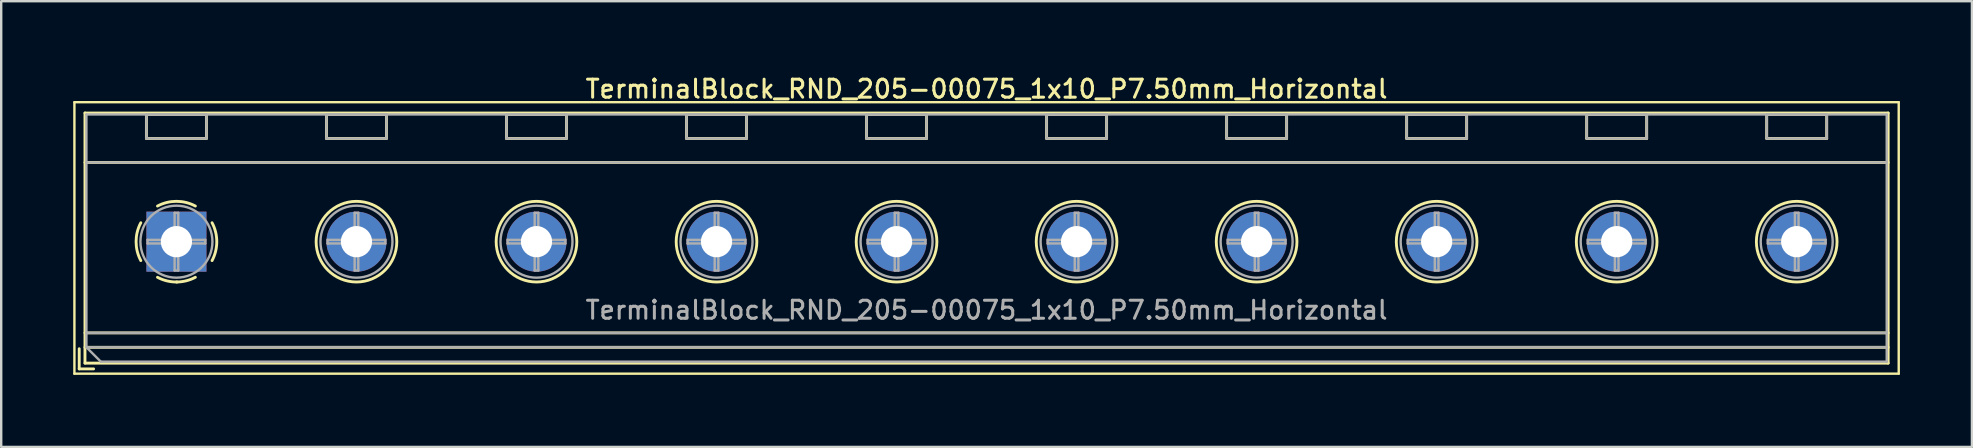
<source format=kicad_pcb>
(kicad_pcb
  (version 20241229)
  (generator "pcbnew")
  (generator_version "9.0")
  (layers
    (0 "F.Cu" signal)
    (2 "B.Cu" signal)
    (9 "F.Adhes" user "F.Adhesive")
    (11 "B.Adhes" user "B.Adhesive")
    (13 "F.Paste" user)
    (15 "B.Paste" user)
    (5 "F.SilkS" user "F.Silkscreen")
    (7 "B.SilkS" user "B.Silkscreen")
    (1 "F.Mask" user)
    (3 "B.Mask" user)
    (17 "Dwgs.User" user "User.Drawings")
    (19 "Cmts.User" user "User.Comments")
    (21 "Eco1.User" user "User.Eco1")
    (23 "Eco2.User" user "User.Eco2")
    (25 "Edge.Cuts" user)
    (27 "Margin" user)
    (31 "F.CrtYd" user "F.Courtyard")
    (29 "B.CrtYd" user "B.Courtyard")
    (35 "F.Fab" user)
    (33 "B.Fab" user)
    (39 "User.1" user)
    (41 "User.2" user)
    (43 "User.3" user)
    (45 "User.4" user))
  (footprint "TerminalBlock_RND_205-00075_1x10_P7.50mm_Horizontal"
    (layer "F.Cu")
    (at 4.3 7.018)
    (property "Reference" "TerminalBlock_RND_205-00075_1x10_P7.50mm_Horizontal" (at 33.75 -6.36 0) (layer "F.SilkS") (effects (font (size 0.75 0.75) (thickness 0.125))))
    (attr through_hole)
    (fp_line (start -4.25 -5.81) (end -4.25 5.5) (stroke (width 0.1) (type solid)) (layer "F.SilkS"))
    (fp_line (start -4.25 5.5) (end 71.75 5.5) (stroke (width 0.1) (type solid)) (layer "F.SilkS"))
    (fp_line (start -4.05 4.46) (end -4.05 5.3) (stroke (width 0.12) (type solid)) (layer "F.SilkS"))
    (fp_line (start -4.05 5.3) (end -3.45 5.3) (stroke (width 0.12) (type solid)) (layer "F.SilkS"))
    (fp_line (start -3.81 -5.36) (end -3.81 5.06) (stroke (width 0.12) (type solid)) (layer "F.SilkS"))
    (fp_line (start -3.81 -5.36) (end 71.31 -5.36) (stroke (width 0.12) (type solid)) (layer "F.SilkS"))
    (fp_line (start -3.81 -3.301) (end 71.31 -3.301) (stroke (width 0.12) (type solid)) (layer "F.SilkS"))
    (fp_line (start -3.81 3.8) (end 71.31 3.8) (stroke (width 0.12) (type solid)) (layer "F.SilkS"))
    (fp_line (start -3.81 4.4) (end 71.31 4.4) (stroke (width 0.12) (type solid)) (layer "F.SilkS"))
    (fp_line (start -3.81 5.06) (end 71.31 5.06) (stroke (width 0.12) (type solid)) (layer "F.SilkS"))
    (fp_line (start -1.25 -5.301) (end -1.25 -4.301) (stroke (width 0.12) (type solid)) (layer "F.SilkS"))
    (fp_line (start -1.25 -5.301) (end 1.25 -5.301) (stroke (width 0.12) (type solid)) (layer "F.SilkS"))
    (fp_line (start -1.25 -4.301) (end 1.25 -4.301) (stroke (width 0.12) (type solid)) (layer "F.SilkS"))
    (fp_line (start 1.25 -5.301) (end 1.25 -4.301) (stroke (width 0.12) (type solid)) (layer "F.SilkS"))
    (fp_line (start 6.25 -5.301) (end 6.25 -4.301) (stroke (width 0.12) (type solid)) (layer "F.SilkS"))
    (fp_line (start 6.25 -5.301) (end 8.75 -5.301) (stroke (width 0.12) (type solid)) (layer "F.SilkS"))
    (fp_line (start 6.25 -4.301) (end 8.75 -4.301) (stroke (width 0.12) (type solid)) (layer "F.SilkS"))
    (fp_line (start 8.75 -5.301) (end 8.75 -4.301) (stroke (width 0.12) (type solid)) (layer "F.SilkS"))
    (fp_line (start 13.75 -5.301) (end 13.75 -4.301) (stroke (width 0.12) (type solid)) (layer "F.SilkS"))
    (fp_line (start 13.75 -5.301) (end 16.25 -5.301) (stroke (width 0.12) (type solid)) (layer "F.SilkS"))
    (fp_line (start 13.75 -4.301) (end 16.25 -4.301) (stroke (width 0.12) (type solid)) (layer "F.SilkS"))
    (fp_line (start 16.25 -5.301) (end 16.25 -4.301) (stroke (width 0.12) (type solid)) (layer "F.SilkS"))
    (fp_line (start 21.25 -5.301) (end 21.25 -4.301) (stroke (width 0.12) (type solid)) (layer "F.SilkS"))
    (fp_line (start 21.25 -5.301) (end 23.75 -5.301) (stroke (width 0.12) (type solid)) (layer "F.SilkS"))
    (fp_line (start 21.25 -4.301) (end 23.75 -4.301) (stroke (width 0.12) (type solid)) (layer "F.SilkS"))
    (fp_line (start 23.75 -5.301) (end 23.75 -4.301) (stroke (width 0.12) (type solid)) (layer "F.SilkS"))
    (fp_line (start 28.75 -5.301) (end 28.75 -4.301) (stroke (width 0.12) (type solid)) (layer "F.SilkS"))
    (fp_line (start 28.75 -5.301) (end 31.25 -5.301) (stroke (width 0.12) (type solid)) (layer "F.SilkS"))
    (fp_line (start 28.75 -4.301) (end 31.25 -4.301) (stroke (width 0.12) (type solid)) (layer "F.SilkS"))
    (fp_line (start 31.25 -5.301) (end 31.25 -4.301) (stroke (width 0.12) (type solid)) (layer "F.SilkS"))
    (fp_line (start 36.25 -5.301) (end 36.25 -4.301) (stroke (width 0.12) (type solid)) (layer "F.SilkS"))
    (fp_line (start 36.25 -5.301) (end 38.75 -5.301) (stroke (width 0.12) (type solid)) (layer "F.SilkS"))
    (fp_line (start 36.25 -4.301) (end 38.75 -4.301) (stroke (width 0.12) (type solid)) (layer "F.SilkS"))
    (fp_line (start 38.75 -5.301) (end 38.75 -4.301) (stroke (width 0.12) (type solid)) (layer "F.SilkS"))
    (fp_line (start 43.75 -5.301) (end 43.75 -4.301) (stroke (width 0.12) (type solid)) (layer "F.SilkS"))
    (fp_line (start 43.75 -5.301) (end 46.25 -5.301) (stroke (width 0.12) (type solid)) (layer "F.SilkS"))
    (fp_line (start 43.75 -4.301) (end 46.25 -4.301) (stroke (width 0.12) (type solid)) (layer "F.SilkS"))
    (fp_line (start 46.25 -5.301) (end 46.25 -4.301) (stroke (width 0.12) (type solid)) (layer "F.SilkS"))
    (fp_line (start 51.25 -5.301) (end 51.25 -4.301) (stroke (width 0.12) (type solid)) (layer "F.SilkS"))
    (fp_line (start 51.25 -5.301) (end 53.75 -5.301) (stroke (width 0.12) (type solid)) (layer "F.SilkS"))
    (fp_line (start 51.25 -4.301) (end 53.75 -4.301) (stroke (width 0.12) (type solid)) (layer "F.SilkS"))
    (fp_line (start 53.75 -5.301) (end 53.75 -4.301) (stroke (width 0.12) (type solid)) (layer "F.SilkS"))
    (fp_line (start 58.75 -5.301) (end 58.75 -4.301) (stroke (width 0.12) (type solid)) (layer "F.SilkS"))
    (fp_line (start 58.75 -5.301) (end 61.25 -5.301) (stroke (width 0.12) (type solid)) (layer "F.SilkS"))
    (fp_line (start 58.75 -4.301) (end 61.25 -4.301) (stroke (width 0.12) (type solid)) (layer "F.SilkS"))
    (fp_line (start 61.25 -5.301) (end 61.25 -4.301) (stroke (width 0.12) (type solid)) (layer "F.SilkS"))
    (fp_line (start 66.25 -5.301) (end 66.25 -4.301) (stroke (width 0.12) (type solid)) (layer "F.SilkS"))
    (fp_line (start 66.25 -5.301) (end 68.75 -5.301) (stroke (width 0.12) (type solid)) (layer "F.SilkS"))
    (fp_line (start 66.25 -4.301) (end 68.75 -4.301) (stroke (width 0.12) (type solid)) (layer "F.SilkS"))
    (fp_line (start 68.75 -5.301) (end 68.75 -4.301) (stroke (width 0.12) (type solid)) (layer "F.SilkS"))
    (fp_line (start 71.31 -5.36) (end 71.31 5.06) (stroke (width 0.12) (type solid)) (layer "F.SilkS"))
    (fp_line (start 71.75 -5.81) (end -4.25 -5.81) (stroke (width 0.1) (type solid)) (layer "F.SilkS"))
    (fp_line (start 71.75 5.5) (end 71.75 -5.81) (stroke (width 0.1) (type solid)) (layer "F.SilkS"))
    (fp_arc (start -1.483953 0.789089) (mid -1.680708 0.00005) (end -1.484 -0.789) (stroke (width 0.12) (type solid)) (layer "F.SilkS"))
    (fp_arc (start -0.789089 -1.483953) (mid -0.00005 -1.680708) (end 0.789 -1.484) (stroke (width 0.12) (type solid)) (layer "F.SilkS"))
    (fp_arc (start 0.029383 1.68045) (mid -0.392304 1.634281) (end -0.789 1.484) (stroke (width 0.12) (type solid)) (layer "F.SilkS"))
    (fp_arc (start 0.788712 1.483352) (mid 0.406429 1.630097) (end 0 1.68) (stroke (width 0.12) (type solid)) (layer "F.SilkS"))
    (fp_arc (start 1.483953 -0.789089) (mid 1.680708 -0.00005) (end 1.484 0.789) (stroke (width 0.12) (type solid)) (layer "F.SilkS"))
    (fp_circle (center 7.5 0) (end 9.18 0) (stroke (width 0.12) (type solid)) (fill no) (layer "F.SilkS"))
    (fp_circle (center 15 0) (end 16.68 0) (stroke (width 0.12) (type solid)) (fill no) (layer "F.SilkS"))
    (fp_circle (center 22.5 0) (end 24.18 0) (stroke (width 0.12) (type solid)) (fill no) (layer "F.SilkS"))
    (fp_circle (center 30 0) (end 31.68 0) (stroke (width 0.12) (type solid)) (fill no) (layer "F.SilkS"))
    (fp_circle (center 37.5 0) (end 39.18 0) (stroke (width 0.12) (type solid)) (fill no) (layer "F.SilkS"))
    (fp_circle (center 45 0) (end 46.68 0) (stroke (width 0.12) (type solid)) (fill no) (layer "F.SilkS"))
    (fp_circle (center 52.5 0) (end 54.18 0) (stroke (width 0.12) (type solid)) (fill no) (layer "F.SilkS"))
    (fp_circle (center 60 0) (end 61.68 0) (stroke (width 0.12) (type solid)) (fill no) (layer "F.SilkS"))
    (fp_circle (center 67.5 0) (end 69.18 0) (stroke (width 0.12) (type solid)) (fill no) (layer "F.SilkS"))
    (fp_line (start -3.75 -5.3) (end 71.25 -5.3) (stroke (width 0.1) (type solid)) (layer "F.Fab"))
    (fp_line (start -3.75 -3.3) (end 71.25 -3.3) (stroke (width 0.1) (type solid)) (layer "F.Fab"))
    (fp_line (start -3.75 3.8) (end 71.25 3.8) (stroke (width 0.1) (type solid)) (layer "F.Fab"))
    (fp_line (start -3.75 4.4) (end -3.75 -5.3) (stroke (width 0.1) (type solid)) (layer "F.Fab"))
    (fp_line (start -3.75 4.4) (end 71.25 4.4) (stroke (width 0.1) (type solid)) (layer "F.Fab"))
    (fp_line (start -3.15 5) (end -3.75 4.4) (stroke (width 0.1) (type solid)) (layer "F.Fab"))
    (fp_line (start -1.25 -5.3) (end -1.25 -4.3) (stroke (width 0.1) (type solid)) (layer "F.Fab"))
    (fp_line (start -1.25 -4.3) (end 1.25 -4.3) (stroke (width 0.1) (type solid)) (layer "F.Fab"))
    (fp_line (start -1.201 -0.076) (end -0.076 -0.076) (stroke (width 0.1) (type solid)) (layer "F.Fab"))
    (fp_line (start -1.201 0.076) (end -1.201 -0.076) (stroke (width 0.1) (type solid)) (layer "F.Fab"))
    (fp_line (start -0.076 -1.201) (end 0.076 -1.201) (stroke (width 0.1) (type solid)) (layer "F.Fab"))
    (fp_line (start -0.076 -0.076) (end -0.076 -1.201) (stroke (width 0.1) (type solid)) (layer "F.Fab"))
    (fp_line (start -0.076 0.076) (end -1.201 0.076) (stroke (width 0.1) (type solid)) (layer "F.Fab"))
    (fp_line (start -0.076 1.201) (end -0.076 0.076) (stroke (width 0.1) (type solid)) (layer "F.Fab"))
    (fp_line (start 0.076 -1.201) (end 0.076 -0.076) (stroke (width 0.1) (type solid)) (layer "F.Fab"))
    (fp_line (start 0.076 -0.076) (end 1.201 -0.076) (stroke (width 0.1) (type solid)) (layer "F.Fab"))
    (fp_line (start 0.076 0.076) (end 0.076 1.201) (stroke (width 0.1) (type solid)) (layer "F.Fab"))
    (fp_line (start 0.076 1.201) (end -0.076 1.201) (stroke (width 0.1) (type solid)) (layer "F.Fab"))
    (fp_line (start 1.201 -0.076) (end 1.201 0.076) (stroke (width 0.1) (type solid)) (layer "F.Fab"))
    (fp_line (start 1.201 0.076) (end 0.076 0.076) (stroke (width 0.1) (type solid)) (layer "F.Fab"))
    (fp_line (start 1.25 -5.3) (end -1.25 -5.3) (stroke (width 0.1) (type solid)) (layer "F.Fab"))
    (fp_line (start 1.25 -4.3) (end 1.25 -5.3) (stroke (width 0.1) (type solid)) (layer "F.Fab"))
    (fp_line (start 6.25 -5.3) (end 6.25 -4.3) (stroke (width 0.1) (type solid)) (layer "F.Fab"))
    (fp_line (start 6.25 -4.3) (end 8.75 -4.3) (stroke (width 0.1) (type solid)) (layer "F.Fab"))
    (fp_line (start 6.299 -0.076) (end 7.424 -0.076) (stroke (width 0.1) (type solid)) (layer "F.Fab"))
    (fp_line (start 6.299 0.076) (end 6.299 -0.076) (stroke (width 0.1) (type solid)) (layer "F.Fab"))
    (fp_line (start 7.424 -1.201) (end 7.576 -1.201) (stroke (width 0.1) (type solid)) (layer "F.Fab"))
    (fp_line (start 7.424 -0.076) (end 7.424 -1.201) (stroke (width 0.1) (type solid)) (layer "F.Fab"))
    (fp_line (start 7.424 0.076) (end 6.299 0.076) (stroke (width 0.1) (type solid)) (layer "F.Fab"))
    (fp_line (start 7.424 1.201) (end 7.424 0.076) (stroke (width 0.1) (type solid)) (layer "F.Fab"))
    (fp_line (start 7.576 -1.201) (end 7.576 -0.076) (stroke (width 0.1) (type solid)) (layer "F.Fab"))
    (fp_line (start 7.576 -0.076) (end 8.701 -0.076) (stroke (width 0.1) (type solid)) (layer "F.Fab"))
    (fp_line (start 7.576 0.076) (end 7.576 1.201) (stroke (width 0.1) (type solid)) (layer "F.Fab"))
    (fp_line (start 7.576 1.201) (end 7.424 1.201) (stroke (width 0.1) (type solid)) (layer "F.Fab"))
    (fp_line (start 8.701 -0.076) (end 8.701 0.076) (stroke (width 0.1) (type solid)) (layer "F.Fab"))
    (fp_line (start 8.701 0.076) (end 7.576 0.076) (stroke (width 0.1) (type solid)) (layer "F.Fab"))
    (fp_line (start 8.75 -5.3) (end 6.25 -5.3) (stroke (width 0.1) (type solid)) (layer "F.Fab"))
    (fp_line (start 8.75 -4.3) (end 8.75 -5.3) (stroke (width 0.1) (type solid)) (layer "F.Fab"))
    (fp_line (start 13.75 -5.3) (end 13.75 -4.3) (stroke (width 0.1) (type solid)) (layer "F.Fab"))
    (fp_line (start 13.75 -4.3) (end 16.25 -4.3) (stroke (width 0.1) (type solid)) (layer "F.Fab"))
    (fp_line (start 13.799 -0.076) (end 14.924 -0.076) (stroke (width 0.1) (type solid)) (layer "F.Fab"))
    (fp_line (start 13.799 0.076) (end 13.799 -0.076) (stroke (width 0.1) (type solid)) (layer "F.Fab"))
    (fp_line (start 14.924 -1.201) (end 15.076 -1.201) (stroke (width 0.1) (type solid)) (layer "F.Fab"))
    (fp_line (start 14.924 -0.076) (end 14.924 -1.201) (stroke (width 0.1) (type solid)) (layer "F.Fab"))
    (fp_line (start 14.924 0.076) (end 13.799 0.076) (stroke (width 0.1) (type solid)) (layer "F.Fab"))
    (fp_line (start 14.924 1.201) (end 14.924 0.076) (stroke (width 0.1) (type solid)) (layer "F.Fab"))
    (fp_line (start 15.076 -1.201) (end 15.076 -0.076) (stroke (width 0.1) (type solid)) (layer "F.Fab"))
    (fp_line (start 15.076 -0.076) (end 16.201 -0.076) (stroke (width 0.1) (type solid)) (layer "F.Fab"))
    (fp_line (start 15.076 0.076) (end 15.076 1.201) (stroke (width 0.1) (type solid)) (layer "F.Fab"))
    (fp_line (start 15.076 1.201) (end 14.924 1.201) (stroke (width 0.1) (type solid)) (layer "F.Fab"))
    (fp_line (start 16.201 -0.076) (end 16.201 0.076) (stroke (width 0.1) (type solid)) (layer "F.Fab"))
    (fp_line (start 16.201 0.076) (end 15.076 0.076) (stroke (width 0.1) (type solid)) (layer "F.Fab"))
    (fp_line (start 16.25 -5.3) (end 13.75 -5.3) (stroke (width 0.1) (type solid)) (layer "F.Fab"))
    (fp_line (start 16.25 -4.3) (end 16.25 -5.3) (stroke (width 0.1) (type solid)) (layer "F.Fab"))
    (fp_line (start 21.25 -5.3) (end 21.25 -4.3) (stroke (width 0.1) (type solid)) (layer "F.Fab"))
    (fp_line (start 21.25 -4.3) (end 23.75 -4.3) (stroke (width 0.1) (type solid)) (layer "F.Fab"))
    (fp_line (start 21.299 -0.076) (end 22.424 -0.076) (stroke (width 0.1) (type solid)) (layer "F.Fab"))
    (fp_line (start 21.299 0.076) (end 21.299 -0.076) (stroke (width 0.1) (type solid)) (layer "F.Fab"))
    (fp_line (start 22.424 -1.201) (end 22.576 -1.201) (stroke (width 0.1) (type solid)) (layer "F.Fab"))
    (fp_line (start 22.424 -0.076) (end 22.424 -1.201) (stroke (width 0.1) (type solid)) (layer "F.Fab"))
    (fp_line (start 22.424 0.076) (end 21.299 0.076) (stroke (width 0.1) (type solid)) (layer "F.Fab"))
    (fp_line (start 22.424 1.201) (end 22.424 0.076) (stroke (width 0.1) (type solid)) (layer "F.Fab"))
    (fp_line (start 22.576 -1.201) (end 22.576 -0.076) (stroke (width 0.1) (type solid)) (layer "F.Fab"))
    (fp_line (start 22.576 -0.076) (end 23.701 -0.076) (stroke (width 0.1) (type solid)) (layer "F.Fab"))
    (fp_line (start 22.576 0.076) (end 22.576 1.201) (stroke (width 0.1) (type solid)) (layer "F.Fab"))
    (fp_line (start 22.576 1.201) (end 22.424 1.201) (stroke (width 0.1) (type solid)) (layer "F.Fab"))
    (fp_line (start 23.701 -0.076) (end 23.701 0.076) (stroke (width 0.1) (type solid)) (layer "F.Fab"))
    (fp_line (start 23.701 0.076) (end 22.576 0.076) (stroke (width 0.1) (type solid)) (layer "F.Fab"))
    (fp_line (start 23.75 -5.3) (end 21.25 -5.3) (stroke (width 0.1) (type solid)) (layer "F.Fab"))
    (fp_line (start 23.75 -4.3) (end 23.75 -5.3) (stroke (width 0.1) (type solid)) (layer "F.Fab"))
    (fp_line (start 28.75 -5.3) (end 28.75 -4.3) (stroke (width 0.1) (type solid)) (layer "F.Fab"))
    (fp_line (start 28.75 -4.3) (end 31.25 -4.3) (stroke (width 0.1) (type solid)) (layer "F.Fab"))
    (fp_line (start 28.799 -0.076) (end 29.924 -0.076) (stroke (width 0.1) (type solid)) (layer "F.Fab"))
    (fp_line (start 28.799 0.076) (end 28.799 -0.076) (stroke (width 0.1) (type solid)) (layer "F.Fab"))
    (fp_line (start 29.924 -1.201) (end 30.076 -1.201) (stroke (width 0.1) (type solid)) (layer "F.Fab"))
    (fp_line (start 29.924 -0.076) (end 29.924 -1.201) (stroke (width 0.1) (type solid)) (layer "F.Fab"))
    (fp_line (start 29.924 0.076) (end 28.799 0.076) (stroke (width 0.1) (type solid)) (layer "F.Fab"))
    (fp_line (start 29.924 1.201) (end 29.924 0.076) (stroke (width 0.1) (type solid)) (layer "F.Fab"))
    (fp_line (start 30.076 -1.201) (end 30.076 -0.076) (stroke (width 0.1) (type solid)) (layer "F.Fab"))
    (fp_line (start 30.076 -0.076) (end 31.201 -0.076) (stroke (width 0.1) (type solid)) (layer "F.Fab"))
    (fp_line (start 30.076 0.076) (end 30.076 1.201) (stroke (width 0.1) (type solid)) (layer "F.Fab"))
    (fp_line (start 30.076 1.201) (end 29.924 1.201) (stroke (width 0.1) (type solid)) (layer "F.Fab"))
    (fp_line (start 31.201 -0.076) (end 31.201 0.076) (stroke (width 0.1) (type solid)) (layer "F.Fab"))
    (fp_line (start 31.201 0.076) (end 30.076 0.076) (stroke (width 0.1) (type solid)) (layer "F.Fab"))
    (fp_line (start 31.25 -5.3) (end 28.75 -5.3) (stroke (width 0.1) (type solid)) (layer "F.Fab"))
    (fp_line (start 31.25 -4.3) (end 31.25 -5.3) (stroke (width 0.1) (type solid)) (layer "F.Fab"))
    (fp_line (start 36.25 -5.3) (end 36.25 -4.3) (stroke (width 0.1) (type solid)) (layer "F.Fab"))
    (fp_line (start 36.25 -4.3) (end 38.75 -4.3) (stroke (width 0.1) (type solid)) (layer "F.Fab"))
    (fp_line (start 36.299 -0.076) (end 37.424 -0.076) (stroke (width 0.1) (type solid)) (layer "F.Fab"))
    (fp_line (start 36.299 0.076) (end 36.299 -0.076) (stroke (width 0.1) (type solid)) (layer "F.Fab"))
    (fp_line (start 37.424 -1.201) (end 37.576 -1.201) (stroke (width 0.1) (type solid)) (layer "F.Fab"))
    (fp_line (start 37.424 -0.076) (end 37.424 -1.201) (stroke (width 0.1) (type solid)) (layer "F.Fab"))
    (fp_line (start 37.424 0.076) (end 36.299 0.076) (stroke (width 0.1) (type solid)) (layer "F.Fab"))
    (fp_line (start 37.424 1.201) (end 37.424 0.076) (stroke (width 0.1) (type solid)) (layer "F.Fab"))
    (fp_line (start 37.576 -1.201) (end 37.576 -0.076) (stroke (width 0.1) (type solid)) (layer "F.Fab"))
    (fp_line (start 37.576 -0.076) (end 38.701 -0.076) (stroke (width 0.1) (type solid)) (layer "F.Fab"))
    (fp_line (start 37.576 0.076) (end 37.576 1.201) (stroke (width 0.1) (type solid)) (layer "F.Fab"))
    (fp_line (start 37.576 1.201) (end 37.424 1.201) (stroke (width 0.1) (type solid)) (layer "F.Fab"))
    (fp_line (start 38.701 -0.076) (end 38.701 0.076) (stroke (width 0.1) (type solid)) (layer "F.Fab"))
    (fp_line (start 38.701 0.076) (end 37.576 0.076) (stroke (width 0.1) (type solid)) (layer "F.Fab"))
    (fp_line (start 38.75 -5.3) (end 36.25 -5.3) (stroke (width 0.1) (type solid)) (layer "F.Fab"))
    (fp_line (start 38.75 -4.3) (end 38.75 -5.3) (stroke (width 0.1) (type solid)) (layer "F.Fab"))
    (fp_line (start 43.75 -5.3) (end 43.75 -4.3) (stroke (width 0.1) (type solid)) (layer "F.Fab"))
    (fp_line (start 43.75 -4.3) (end 46.25 -4.3) (stroke (width 0.1) (type solid)) (layer "F.Fab"))
    (fp_line (start 43.799 -0.076) (end 44.924 -0.076) (stroke (width 0.1) (type solid)) (layer "F.Fab"))
    (fp_line (start 43.799 0.076) (end 43.799 -0.076) (stroke (width 0.1) (type solid)) (layer "F.Fab"))
    (fp_line (start 44.924 -1.201) (end 45.076 -1.201) (stroke (width 0.1) (type solid)) (layer "F.Fab"))
    (fp_line (start 44.924 -0.076) (end 44.924 -1.201) (stroke (width 0.1) (type solid)) (layer "F.Fab"))
    (fp_line (start 44.924 0.076) (end 43.799 0.076) (stroke (width 0.1) (type solid)) (layer "F.Fab"))
    (fp_line (start 44.924 1.201) (end 44.924 0.076) (stroke (width 0.1) (type solid)) (layer "F.Fab"))
    (fp_line (start 45.076 -1.201) (end 45.076 -0.076) (stroke (width 0.1) (type solid)) (layer "F.Fab"))
    (fp_line (start 45.076 -0.076) (end 46.201 -0.076) (stroke (width 0.1) (type solid)) (layer "F.Fab"))
    (fp_line (start 45.076 0.076) (end 45.076 1.201) (stroke (width 0.1) (type solid)) (layer "F.Fab"))
    (fp_line (start 45.076 1.201) (end 44.924 1.201) (stroke (width 0.1) (type solid)) (layer "F.Fab"))
    (fp_line (start 46.201 -0.076) (end 46.201 0.076) (stroke (width 0.1) (type solid)) (layer "F.Fab"))
    (fp_line (start 46.201 0.076) (end 45.076 0.076) (stroke (width 0.1) (type solid)) (layer "F.Fab"))
    (fp_line (start 46.25 -5.3) (end 43.75 -5.3) (stroke (width 0.1) (type solid)) (layer "F.Fab"))
    (fp_line (start 46.25 -4.3) (end 46.25 -5.3) (stroke (width 0.1) (type solid)) (layer "F.Fab"))
    (fp_line (start 51.25 -5.3) (end 51.25 -4.3) (stroke (width 0.1) (type solid)) (layer "F.Fab"))
    (fp_line (start 51.25 -4.3) (end 53.75 -4.3) (stroke (width 0.1) (type solid)) (layer "F.Fab"))
    (fp_line (start 51.299 -0.076) (end 52.424 -0.076) (stroke (width 0.1) (type solid)) (layer "F.Fab"))
    (fp_line (start 51.299 0.076) (end 51.299 -0.076) (stroke (width 0.1) (type solid)) (layer "F.Fab"))
    (fp_line (start 52.424 -1.201) (end 52.576 -1.201) (stroke (width 0.1) (type solid)) (layer "F.Fab"))
    (fp_line (start 52.424 -0.076) (end 52.424 -1.201) (stroke (width 0.1) (type solid)) (layer "F.Fab"))
    (fp_line (start 52.424 0.076) (end 51.299 0.076) (stroke (width 0.1) (type solid)) (layer "F.Fab"))
    (fp_line (start 52.424 1.201) (end 52.424 0.076) (stroke (width 0.1) (type solid)) (layer "F.Fab"))
    (fp_line (start 52.576 -1.201) (end 52.576 -0.076) (stroke (width 0.1) (type solid)) (layer "F.Fab"))
    (fp_line (start 52.576 -0.076) (end 53.701 -0.076) (stroke (width 0.1) (type solid)) (layer "F.Fab"))
    (fp_line (start 52.576 0.076) (end 52.576 1.201) (stroke (width 0.1) (type solid)) (layer "F.Fab"))
    (fp_line (start 52.576 1.201) (end 52.424 1.201) (stroke (width 0.1) (type solid)) (layer "F.Fab"))
    (fp_line (start 53.701 -0.076) (end 53.701 0.076) (stroke (width 0.1) (type solid)) (layer "F.Fab"))
    (fp_line (start 53.701 0.076) (end 52.576 0.076) (stroke (width 0.1) (type solid)) (layer "F.Fab"))
    (fp_line (start 53.75 -5.3) (end 51.25 -5.3) (stroke (width 0.1) (type solid)) (layer "F.Fab"))
    (fp_line (start 53.75 -4.3) (end 53.75 -5.3) (stroke (width 0.1) (type solid)) (layer "F.Fab"))
    (fp_line (start 58.75 -5.3) (end 58.75 -4.3) (stroke (width 0.1) (type solid)) (layer "F.Fab"))
    (fp_line (start 58.75 -4.3) (end 61.25 -4.3) (stroke (width 0.1) (type solid)) (layer "F.Fab"))
    (fp_line (start 58.799 -0.076) (end 59.924 -0.076) (stroke (width 0.1) (type solid)) (layer "F.Fab"))
    (fp_line (start 58.799 0.076) (end 58.799 -0.076) (stroke (width 0.1) (type solid)) (layer "F.Fab"))
    (fp_line (start 59.924 -1.201) (end 60.076 -1.201) (stroke (width 0.1) (type solid)) (layer "F.Fab"))
    (fp_line (start 59.924 -0.076) (end 59.924 -1.201) (stroke (width 0.1) (type solid)) (layer "F.Fab"))
    (fp_line (start 59.924 0.076) (end 58.799 0.076) (stroke (width 0.1) (type solid)) (layer "F.Fab"))
    (fp_line (start 59.924 1.201) (end 59.924 0.076) (stroke (width 0.1) (type solid)) (layer "F.Fab"))
    (fp_line (start 60.076 -1.201) (end 60.076 -0.076) (stroke (width 0.1) (type solid)) (layer "F.Fab"))
    (fp_line (start 60.076 -0.076) (end 61.201 -0.076) (stroke (width 0.1) (type solid)) (layer "F.Fab"))
    (fp_line (start 60.076 0.076) (end 60.076 1.201) (stroke (width 0.1) (type solid)) (layer "F.Fab"))
    (fp_line (start 60.076 1.201) (end 59.924 1.201) (stroke (width 0.1) (type solid)) (layer "F.Fab"))
    (fp_line (start 61.201 -0.076) (end 61.201 0.076) (stroke (width 0.1) (type solid)) (layer "F.Fab"))
    (fp_line (start 61.201 0.076) (end 60.076 0.076) (stroke (width 0.1) (type solid)) (layer "F.Fab"))
    (fp_line (start 61.25 -5.3) (end 58.75 -5.3) (stroke (width 0.1) (type solid)) (layer "F.Fab"))
    (fp_line (start 61.25 -4.3) (end 61.25 -5.3) (stroke (width 0.1) (type solid)) (layer "F.Fab"))
    (fp_line (start 66.25 -5.3) (end 66.25 -4.3) (stroke (width 0.1) (type solid)) (layer "F.Fab"))
    (fp_line (start 66.25 -4.3) (end 68.75 -4.3) (stroke (width 0.1) (type solid)) (layer "F.Fab"))
    (fp_line (start 66.299 -0.076) (end 67.424 -0.076) (stroke (width 0.1) (type solid)) (layer "F.Fab"))
    (fp_line (start 66.299 0.076) (end 66.299 -0.076) (stroke (width 0.1) (type solid)) (layer "F.Fab"))
    (fp_line (start 67.424 -1.201) (end 67.576 -1.201) (stroke (width 0.1) (type solid)) (layer "F.Fab"))
    (fp_line (start 67.424 -0.076) (end 67.424 -1.201) (stroke (width 0.1) (type solid)) (layer "F.Fab"))
    (fp_line (start 67.424 0.076) (end 66.299 0.076) (stroke (width 0.1) (type solid)) (layer "F.Fab"))
    (fp_line (start 67.424 1.201) (end 67.424 0.076) (stroke (width 0.1) (type solid)) (layer "F.Fab"))
    (fp_line (start 67.576 -1.201) (end 67.576 -0.076) (stroke (width 0.1) (type solid)) (layer "F.Fab"))
    (fp_line (start 67.576 -0.076) (end 68.701 -0.076) (stroke (width 0.1) (type solid)) (layer "F.Fab"))
    (fp_line (start 67.576 0.076) (end 67.576 1.201) (stroke (width 0.1) (type solid)) (layer "F.Fab"))
    (fp_line (start 67.576 1.201) (end 67.424 1.201) (stroke (width 0.1) (type solid)) (layer "F.Fab"))
    (fp_line (start 68.701 -0.076) (end 68.701 0.076) (stroke (width 0.1) (type solid)) (layer "F.Fab"))
    (fp_line (start 68.701 0.076) (end 67.576 0.076) (stroke (width 0.1) (type solid)) (layer "F.Fab"))
    (fp_line (start 68.75 -5.3) (end 66.25 -5.3) (stroke (width 0.1) (type solid)) (layer "F.Fab"))
    (fp_line (start 68.75 -4.3) (end 68.75 -5.3) (stroke (width 0.1) (type solid)) (layer "F.Fab"))
    (fp_line (start 71.25 -5.3) (end 71.25 5) (stroke (width 0.1) (type solid)) (layer "F.Fab"))
    (fp_line (start 71.25 5) (end -3.15 5) (stroke (width 0.1) (type solid)) (layer "F.Fab"))
    (fp_circle (center 0 0) (end 1.5 0) (stroke (width 0.1) (type solid)) (fill no) (layer "F.Fab"))
    (fp_circle (center 7.5 0) (end 9 0) (stroke (width 0.1) (type solid)) (fill no) (layer "F.Fab"))
    (fp_circle (center 15 0) (end 16.5 0) (stroke (width 0.1) (type solid)) (fill no) (layer "F.Fab"))
    (fp_circle (center 22.5 0) (end 24 0) (stroke (width 0.1) (type solid)) (fill no) (layer "F.Fab"))
    (fp_circle (center 30 0) (end 31.5 0) (stroke (width 0.1) (type solid)) (fill no) (layer "F.Fab"))
    (fp_circle (center 37.5 0) (end 39 0) (stroke (width 0.1) (type solid)) (fill no) (layer "F.Fab"))
    (fp_circle (center 45 0) (end 46.5 0) (stroke (width 0.1) (type solid)) (fill no) (layer "F.Fab"))
    (fp_circle (center 52.5 0) (end 54 0) (stroke (width 0.1) (type solid)) (fill no) (layer "F.Fab"))
    (fp_circle (center 60 0) (end 61.5 0) (stroke (width 0.1) (type solid)) (fill no) (layer "F.Fab"))
    (fp_circle (center 67.5 0) (end 69 0) (stroke (width 0.1) (type solid)) (fill no) (layer "F.Fab"))
    (fp_text user "${REFERENCE}" (at 33.75 2.85 0) (layer "F.Fab") (effects (font (size 0.75 0.75) (thickness 0.125))))
    (pad "1" thru_hole rect (at 0 0) (size 2.5 2.5) (drill 1.3) (layers "*.Cu" "*.Mask"))
    (pad "2" thru_hole circle (at 7.5 0) (size 2.5 2.5) (drill 1.3) (layers "*.Cu" "*.Mask"))
    (pad "3" thru_hole circle (at 15 0) (size 2.5 2.5) (drill 1.3) (layers "*.Cu" "*.Mask"))
    (pad "4" thru_hole circle (at 22.5 0) (size 2.5 2.5) (drill 1.3) (layers "*.Cu" "*.Mask"))
    (pad "5" thru_hole circle (at 30 0) (size 2.5 2.5) (drill 1.3) (layers "*.Cu" "*.Mask"))
    (pad "6" thru_hole circle (at 37.5 0) (size 2.5 2.5) (drill 1.3) (layers "*.Cu" "*.Mask"))
    (pad "7" thru_hole circle (at 45 0) (size 2.5 2.5) (drill 1.3) (layers "*.Cu" "*.Mask"))
    (pad "8" thru_hole circle (at 52.5 0) (size 2.5 2.5) (drill 1.3) (layers "*.Cu" "*.Mask"))
    (pad "9" thru_hole circle (at 60 0) (size 2.5 2.5) (drill 1.3) (layers "*.Cu" "*.Mask"))
    (pad "10" thru_hole circle (at 67.5 0) (size 2.5 2.5) (drill 1.3) (layers "*.Cu" "*.Mask")))
  (gr_rect
    (start -3 -3)
    (end 79.1 15.568)
    (stroke (width 0.1) (type default))
    (fill no)
    (layer "Edge.Cuts")))
</source>
